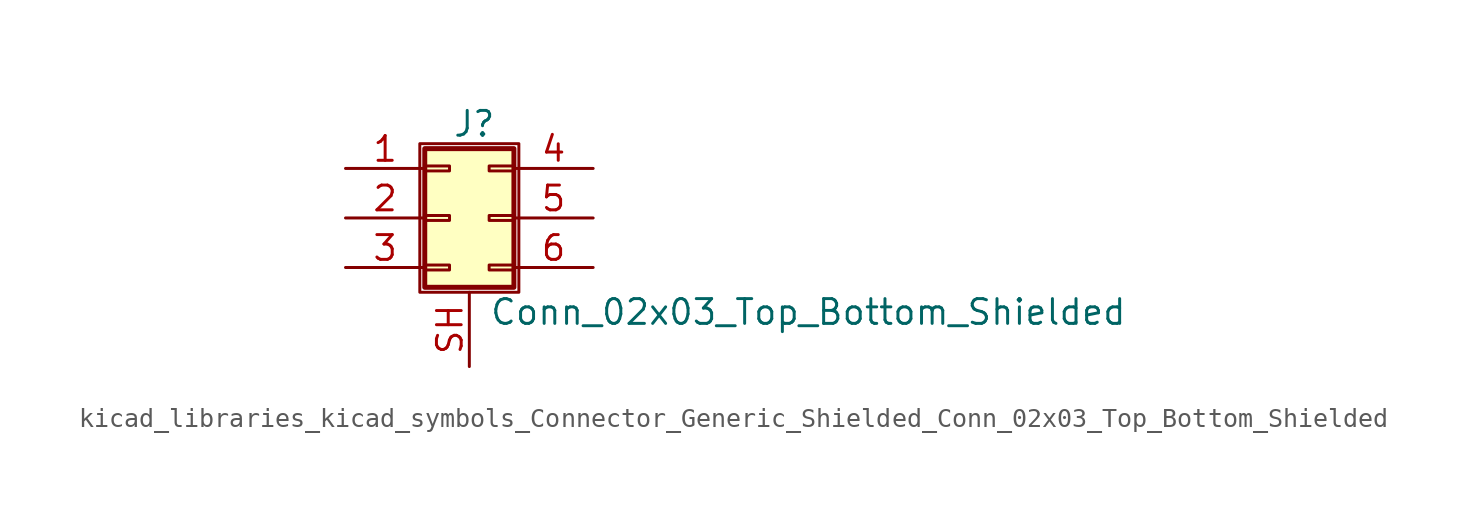
<source format=kicad_sym>
(kicad_symbol_lib
  (version 20220914)
  (generator kicad_symbol_editor)
  (symbol "kicad_libraries_kicad_symbols_Connector_Generic_Shielded_Conn_02x03_Top_Bottom_Shielded"
    (pin_names
      (offset 1.016) hide)
    (property "Reference" "J"
      (at 1.524 4.826 0)
      (effects (font (size 1.27 1.27))))
    (property "Value" "Conn_02x03_Top_Bottom_Shielded"
      (at 2.286 -4.826 0)
      (effects (font (size 1.27 1.27)) (justify left)))
    (symbol "kicad_libraries_kicad_symbols_Connector_Generic_Shielded_Conn_02x03_Top_Bottom_Shielded_1_1"
      (rectangle (start -1.27 3.81) (end 3.81 -3.81) (stroke (width 0.152) (type default)) (fill (type none)))
      (rectangle (start -1.016 -2.413) (end 0.254 -2.667) (stroke (width 0.152) (type default)) (fill (type none)))
      (rectangle (start -1.016 0.127) (end 0.254 -0.127) (stroke (width 0.152) (type default)) (fill (type none)))
      (rectangle (start -1.016 2.667) (end 0.254 2.413) (stroke (width 0.152) (type default)) (fill (type none)))
      (rectangle (start -1.016 3.556) (end 3.556 -3.556) (stroke (width 0.254) (type default)) (fill (type background)))
      (rectangle (start 3.556 -2.413) (end 2.286 -2.667) (stroke (width 0.152) (type default)) (fill (type none)))
      (rectangle (start 3.556 0.127) (end 2.286 -0.127) (stroke (width 0.152) (type default)) (fill (type none)))
      (rectangle (start 3.556 2.667) (end 2.286 2.413) (stroke (width 0.152) (type default)) (fill (type none)))
      (pin passive line (at -5.08 2.54 0) (length 4.064) (name "Pin_1" (effects (font (size 1.27 1.27)))) (number "1" (effects (font (size 1.27 1.27)))))
      (pin passive line (at -5.08 0 0) (length 4.064) (name "Pin_2" (effects (font (size 1.27 1.27)))) (number "2" (effects (font (size 1.27 1.27)))))
      (pin passive line (at -5.08 -2.54 0) (length 4.064) (name "Pin_3" (effects (font (size 1.27 1.27)))) (number "3" (effects (font (size 1.27 1.27)))))
      (pin passive line (at 7.62 2.54 180) (length 4.064) (name "Pin_4" (effects (font (size 1.27 1.27)))) (number "4" (effects (font (size 1.27 1.27)))))
      (pin passive line (at 7.62 0 180) (length 4.064) (name "Pin_5" (effects (font (size 1.27 1.27)))) (number "5" (effects (font (size 1.27 1.27)))))
      (pin passive line (at 7.62 -2.54 180) (length 4.064) (name "Pin_6" (effects (font (size 1.27 1.27)))) (number "6" (effects (font (size 1.27 1.27)))))
      (pin passive line (at 1.27 -7.62 90) (length 3.81) (name "Shield" (effects (font (size 1.27 1.27)))) (number "SH" (effects (font (size 1.27 1.27))))))))
</source>
